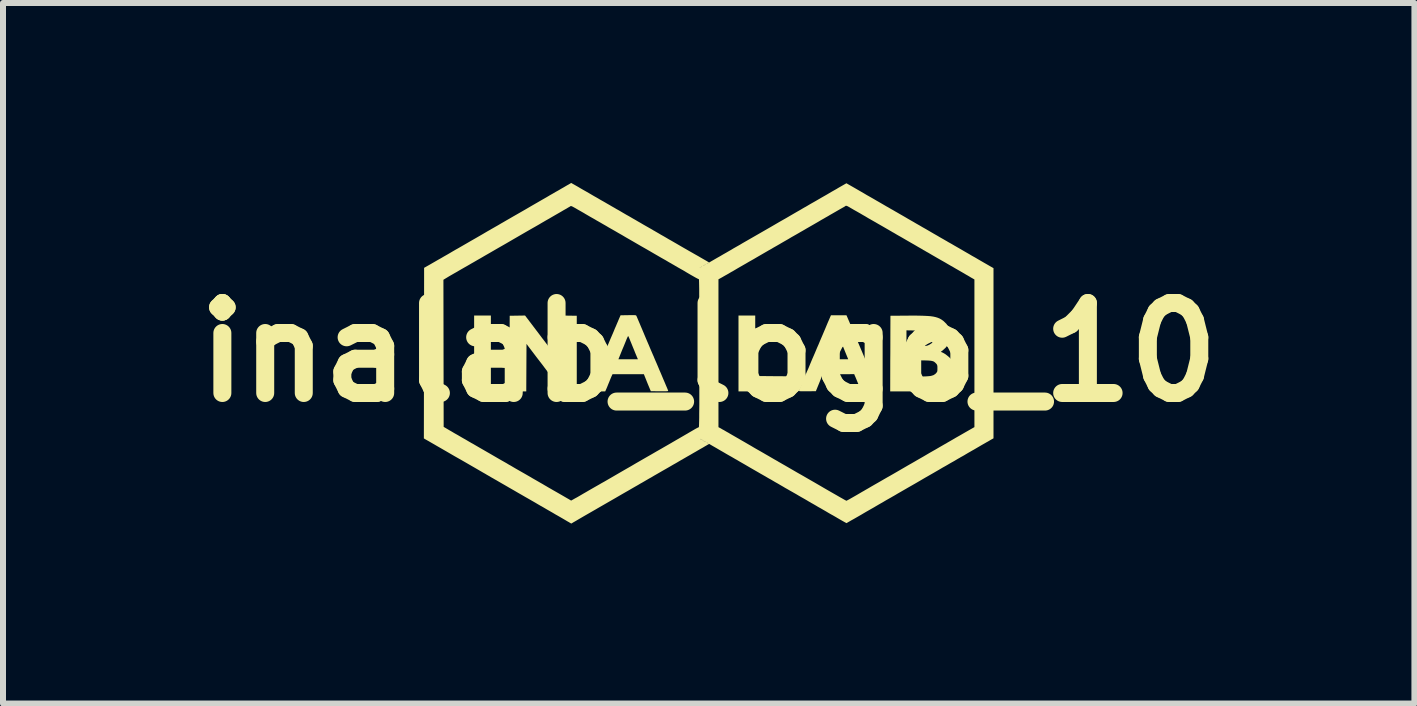
<source format=kicad_pcb>
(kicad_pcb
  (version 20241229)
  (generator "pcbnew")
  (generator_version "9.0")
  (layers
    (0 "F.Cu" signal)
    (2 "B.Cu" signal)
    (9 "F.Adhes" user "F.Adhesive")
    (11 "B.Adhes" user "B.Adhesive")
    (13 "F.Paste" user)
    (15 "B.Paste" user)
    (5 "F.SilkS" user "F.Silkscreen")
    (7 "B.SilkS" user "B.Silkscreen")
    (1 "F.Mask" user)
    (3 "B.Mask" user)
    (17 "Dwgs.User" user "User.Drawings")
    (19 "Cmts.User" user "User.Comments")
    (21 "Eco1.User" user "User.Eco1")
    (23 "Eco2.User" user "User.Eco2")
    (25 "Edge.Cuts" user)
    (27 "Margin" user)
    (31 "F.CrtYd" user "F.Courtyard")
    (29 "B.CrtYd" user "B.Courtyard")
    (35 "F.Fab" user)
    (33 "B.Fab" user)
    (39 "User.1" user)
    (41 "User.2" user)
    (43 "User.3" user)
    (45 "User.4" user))
  (footprint "inalab_logo_10"
    (layer "F.Cu")
    (at 8.764 2.823)
    (property "Reference" "inalab_logo_10" (at 0 0 0) (layer "F.SilkS") (effects (font (size 1.5 1.5) (thickness 0.3))))
    (attr board_only exclude_from_pos_files exclude_from_bom)
    (fp_poly (pts (xy -3.631 0.019) (xy -3.631 0.652) (xy -3.77 0.652) (xy -3.91 0.652) (xy -3.91 0.019) (xy -3.91 -0.613) (xy -3.77 -0.613) (xy -3.631 -0.613)) (stroke (width 0) (type solid)) (fill yes) (layer "F.SilkS"))
    (fp_poly (pts (xy 0.776 -0.109) (xy 0.776 0.395) (xy 1.088 0.398) (xy 1.4 0.4) (xy 1.4 0.524) (xy 1.4 0.648) (xy 0.948 0.65) (xy 0.497 0.652) (xy 0.497 0.019) (xy 0.497 -0.613) (xy 0.636 -0.613) (xy 0.776 -0.613)) (stroke (width 0) (type solid)) (fill yes) (layer "F.SilkS"))
    (fp_poly (pts (xy -2.337 -0.611) (xy -2.199 -0.609) (xy -2.199 0.019) (xy -2.199 0.648) (xy -2.317 0.65) (xy -2.435 0.652) (xy -2.501 0.565) (xy -2.567 0.478) (xy -2.639 0.384) (xy -2.712 0.288) (xy -2.782 0.195) (xy -2.843 0.116) (xy -2.876 0.073) (xy -2.91 0.028) (xy -2.942 -0.014) (xy -2.969 -0.05) (xy -2.986 -0.072) (xy -3.037 -0.14) (xy -3.039 0.256) (xy -3.041 0.652) (xy -3.177 0.652) (xy -3.23 0.651) (xy -3.269 0.65) (xy -3.295 0.649) (xy -3.311 0.646) (xy -3.317 0.642) (xy -3.317 0.642) (xy -3.317 0.633) (xy -3.318 0.609) (xy -3.318 0.573) (xy -3.319 0.524) (xy -3.319 0.465) (xy -3.319 0.396) (xy -3.319 0.319) (xy -3.319 0.234) (xy -3.319 0.144) (xy -3.319 0.048) (xy -3.319 0.012) (xy -3.317 -0.609) (xy -3.189 -0.611) (xy -3.061 -0.613) (xy -2.828 -0.306) (xy -2.78 -0.242) (xy -2.732 -0.18) (xy -2.687 -0.12) (xy -2.645 -0.065) (xy -2.607 -0.016) (xy -2.576 0.026) (xy -2.551 0.058) (xy -2.535 0.079) (xy -2.475 0.157) (xy -2.475 -0.228) (xy -2.475 -0.613)) (stroke (width 0) (type solid)) (fill yes) (layer "F.SilkS"))
    (fp_poly (pts (xy 2.316 -0.574) (xy 2.323 -0.557) (xy 2.336 -0.527) (xy 2.353 -0.487) (xy 2.373 -0.439) (xy 2.397 -0.385) (xy 2.422 -0.327) (xy 2.44 -0.283) (xy 2.477 -0.196) (xy 2.509 -0.121) (xy 2.536 -0.057) (xy 2.56 -0.001) (xy 2.581 0.049) (xy 2.6 0.094) (xy 2.619 0.137) (xy 2.637 0.18) (xy 2.656 0.225) (xy 2.677 0.273) (xy 2.699 0.326) (xy 2.726 0.388) (xy 2.727 0.39) (xy 2.751 0.448) (xy 2.774 0.502) (xy 2.794 0.549) (xy 2.81 0.589) (xy 2.822 0.619) (xy 2.83 0.638) (xy 2.832 0.644) (xy 2.824 0.647) (xy 2.802 0.649) (xy 2.765 0.65) (xy 2.715 0.65) (xy 2.687 0.65) (xy 2.543 0.648) (xy 2.497 0.535) (xy 2.48 0.494) (xy 2.464 0.455) (xy 2.451 0.423) (xy 2.441 0.4) (xy 2.438 0.394) (xy 2.426 0.364) (xy 2.162 0.366) (xy 1.898 0.369) (xy 1.888 0.396) (xy 1.882 0.412) (xy 1.871 0.44) (xy 1.857 0.476) (xy 1.841 0.516) (xy 1.833 0.535) (xy 1.787 0.648) (xy 1.646 0.65) (xy 1.593 0.65) (xy 1.554 0.65) (xy 1.527 0.649) (xy 1.512 0.647) (xy 1.505 0.644) (xy 1.505 0.643) (xy 1.508 0.633) (xy 1.516 0.612) (xy 1.529 0.581) (xy 1.544 0.543) (xy 1.562 0.499) (xy 1.582 0.453) (xy 1.601 0.407) (xy 1.621 0.362) (xy 1.638 0.321) (xy 1.65 0.295) (xy 1.663 0.266) (xy 1.674 0.239) (xy 1.68 0.225) (xy 1.683 0.216) (xy 1.688 0.205) (xy 1.693 0.192) (xy 1.701 0.174) (xy 1.711 0.149) (xy 1.725 0.117) (xy 1.725 0.116) (xy 2.002 0.116) (xy 2.164 0.116) (xy 2.326 0.116) (xy 2.276 -0.006) (xy 2.257 -0.053) (xy 2.237 -0.102) (xy 2.218 -0.148) (xy 2.203 -0.186) (xy 2.197 -0.2) (xy 2.185 -0.23) (xy 2.174 -0.254) (xy 2.167 -0.269) (xy 2.164 -0.272) (xy 2.16 -0.264) (xy 2.15 -0.243) (xy 2.135 -0.209) (xy 2.115 -0.162) (xy 2.091 -0.102) (xy 2.061 -0.03) (xy 2.028 0.052) (xy 2.017 0.08) (xy 2.002 0.116) (xy 1.725 0.116) (xy 1.743 0.075) (xy 1.766 0.022) (xy 1.79 -0.035) (xy 1.808 -0.078) (xy 1.831 -0.13) (xy 1.855 -0.188) (xy 1.88 -0.246) (xy 1.901 -0.295) (xy 1.923 -0.347) (xy 1.946 -0.401) (xy 1.967 -0.452) (xy 1.986 -0.497) (xy 2.001 -0.531) (xy 2.001 -0.531) (xy 2.038 -0.617) (xy 2.167 -0.617) (xy 2.297 -0.617)) (stroke (width 0) (type solid)) (fill yes) (layer "F.SilkS"))
    (fp_poly (pts (xy 3.499 -0.611) (xy 3.576 -0.609) (xy 3.642 -0.606) (xy 3.698 -0.602) (xy 3.746 -0.595) (xy 3.786 -0.586) (xy 3.821 -0.575) (xy 3.852 -0.562) (xy 3.88 -0.546) (xy 3.907 -0.527) (xy 3.916 -0.52) (xy 3.964 -0.473) (xy 3.998 -0.418) (xy 4.018 -0.357) (xy 4.025 -0.288) (xy 4.024 -0.255) (xy 4.014 -0.19) (xy 3.992 -0.133) (xy 3.956 -0.083) (xy 3.909 -0.039) (xy 3.87 -0.008) (xy 3.915 0.013) (xy 3.944 0.03) (xy 3.978 0.056) (xy 4.011 0.084) (xy 4.012 0.085) (xy 4.038 0.111) (xy 4.055 0.131) (xy 4.067 0.152) (xy 4.076 0.176) (xy 4.081 0.193) (xy 4.09 0.227) (xy 4.095 0.259) (xy 4.096 0.295) (xy 4.095 0.321) (xy 4.085 0.392) (xy 4.064 0.454) (xy 4.029 0.507) (xy 3.982 0.553) (xy 3.921 0.591) (xy 3.879 0.609) (xy 3.852 0.619) (xy 3.824 0.627) (xy 3.792 0.634) (xy 3.755 0.639) (xy 3.712 0.643) (xy 3.662 0.647) (xy 3.601 0.649) (xy 3.53 0.65) (xy 3.446 0.651) (xy 3.349 0.652) (xy 3.346 0.652) (xy 3.026 0.652) (xy 3.027 0.131) (xy 3.297 0.131) (xy 3.297 0.267) (xy 3.297 0.403) (xy 3.481 0.403) (xy 3.554 0.403) (xy 3.612 0.402) (xy 3.657 0.399) (xy 3.691 0.396) (xy 3.711 0.392) (xy 3.747 0.381) (xy 3.775 0.363) (xy 3.785 0.354) (xy 3.799 0.338) (xy 3.808 0.325) (xy 3.812 0.309) (xy 3.813 0.286) (xy 3.813 0.268) (xy 3.813 0.238) (xy 3.81 0.218) (xy 3.804 0.203) (xy 3.794 0.19) (xy 3.79 0.186) (xy 3.776 0.172) (xy 3.763 0.161) (xy 3.748 0.152) (xy 3.729 0.146) (xy 3.705 0.141) (xy 3.674 0.138) (xy 3.633 0.136) (xy 3.58 0.135) (xy 3.515 0.134) (xy 3.505 0.133) (xy 3.297 0.131) (xy 3.027 0.131) (xy 3.028 0.021) (xy 3.029 -0.366) (xy 3.297 -0.366) (xy 3.297 -0.233) (xy 3.297 -0.099) (xy 3.466 -0.102) (xy 3.521 -0.103) (xy 3.564 -0.104) (xy 3.595 -0.105) (xy 3.619 -0.107) (xy 3.637 -0.11) (xy 3.651 -0.114) (xy 3.665 -0.12) (xy 3.678 -0.126) (xy 3.713 -0.148) (xy 3.735 -0.175) (xy 3.745 -0.21) (xy 3.747 -0.238) (xy 3.741 -0.28) (xy 3.722 -0.313) (xy 3.69 -0.338) (xy 3.679 -0.344) (xy 3.666 -0.349) (xy 3.652 -0.354) (xy 3.635 -0.357) (xy 3.613 -0.359) (xy 3.583 -0.361) (xy 3.543 -0.362) (xy 3.491 -0.363) (xy 3.47 -0.363) (xy 3.297 -0.366) (xy 3.029 -0.366) (xy 3.03 -0.609) (xy 3.305 -0.611) (xy 3.409 -0.612)) (stroke (width 0) (type solid)) (fill yes) (layer "F.SilkS"))
    (fp_poly (pts (xy -1.234 -0.619) (xy -1.219 -0.618) (xy -1.211 -0.614) (xy -1.206 -0.61) (xy -1.203 -0.603) (xy -1.203 -0.603) (xy -1.197 -0.59) (xy -1.187 -0.566) (xy -1.173 -0.533) (xy -1.157 -0.495) (xy -1.149 -0.477) (xy -1.133 -0.438) (xy -1.112 -0.389) (xy -1.088 -0.332) (xy -1.063 -0.272) (xy -1.038 -0.213) (xy -1.025 -0.182) (xy -1.002 -0.129) (xy -0.981 -0.079) (xy -0.962 -0.034) (xy -0.945 0.005) (xy -0.933 0.033) (xy -0.927 0.047) (xy -0.919 0.064) (xy -0.907 0.094) (xy -0.89 0.134) (xy -0.869 0.182) (xy -0.846 0.236) (xy -0.822 0.294) (xy -0.806 0.33) (xy -0.781 0.389) (xy -0.758 0.444) (xy -0.736 0.495) (xy -0.718 0.538) (xy -0.703 0.573) (xy -0.693 0.596) (xy -0.69 0.604) (xy -0.681 0.626) (xy -0.676 0.641) (xy -0.675 0.645) (xy -0.682 0.647) (xy -0.703 0.649) (xy -0.735 0.65) (xy -0.775 0.65) (xy -0.82 0.65) (xy -0.965 0.648) (xy -1.015 0.528) (xy -1.032 0.486) (xy -1.047 0.448) (xy -1.06 0.416) (xy -1.069 0.394) (xy -1.072 0.386) (xy -1.08 0.365) (xy -1.342 0.365) (xy -1.603 0.365) (xy -1.613 0.386) (xy -1.62 0.401) (xy -1.631 0.427) (xy -1.645 0.461) (xy -1.66 0.499) (xy -1.664 0.508) (xy -1.68 0.547) (xy -1.694 0.582) (xy -1.706 0.61) (xy -1.714 0.628) (xy -1.715 0.63) (xy -1.725 0.652) (xy -1.867 0.652) (xy -2.01 0.652) (xy -1.999 0.626) (xy -1.992 0.611) (xy -1.981 0.584) (xy -1.966 0.549) (xy -1.949 0.509) (xy -1.94 0.489) (xy -1.923 0.447) (xy -1.906 0.407) (xy -1.891 0.373) (xy -1.881 0.349) (xy -1.878 0.341) (xy -1.867 0.316) (xy -1.853 0.284) (xy -1.84 0.252) (xy -1.831 0.232) (xy -1.817 0.2) (xy -1.799 0.157) (xy -1.782 0.116) (xy -1.505 0.116) (xy -1.343 0.116) (xy -1.18 0.116) (xy -1.223 0.014) (xy -1.242 -0.034) (xy -1.264 -0.087) (xy -1.285 -0.139) (xy -1.302 -0.18) (xy -1.316 -0.215) (xy -1.328 -0.243) (xy -1.337 -0.263) (xy -1.343 -0.271) (xy -1.343 -0.271) (xy -1.347 -0.265) (xy -1.356 -0.247) (xy -1.368 -0.22) (xy -1.379 -0.192) (xy -1.397 -0.148) (xy -1.417 -0.099) (xy -1.437 -0.052) (xy -1.444 -0.035) (xy -1.459 0.002) (xy -1.473 0.037) (xy -1.485 0.067) (xy -1.49 0.08) (xy -1.505 0.116) (xy -1.782 0.116) (xy -1.777 0.106) (xy -1.752 0.047) (xy -1.725 -0.017) (xy -1.696 -0.084) (xy -1.667 -0.153) (xy -1.638 -0.222) (xy -1.609 -0.289) (xy -1.582 -0.352) (xy -1.566 -0.392) (xy -1.547 -0.435) (xy -1.528 -0.48) (xy -1.51 -0.522) (xy -1.498 -0.551) (xy -1.469 -0.617) (xy -1.34 -0.619) (xy -1.292 -0.62) (xy -1.258 -0.62)) (stroke (width 0) (type solid)) (fill yes) (layer "F.SilkS"))
    (fp_poly (pts (xy -2.207 -2.775) (xy -2.174 -2.756) (xy -2.132 -2.731) (xy -2.083 -2.703) (xy -2.03 -2.673) (xy -1.978 -2.643) (xy -1.963 -2.634) (xy -1.91 -2.603) (xy -1.855 -2.572) (xy -1.801 -2.54) (xy -1.751 -2.512) (xy -1.711 -2.489) (xy -1.703 -2.484) (xy -1.659 -2.459) (xy -1.613 -2.432) (xy -1.569 -2.407) (xy -1.532 -2.385) (xy -1.528 -2.383) (xy -1.492 -2.363) (xy -1.448 -2.337) (xy -1.402 -2.31) (xy -1.359 -2.285) (xy -1.358 -2.285) (xy -1.314 -2.26) (xy -1.268 -2.233) (xy -1.224 -2.208) (xy -1.188 -2.187) (xy -1.187 -2.186) (xy -1.136 -2.157) (xy -1.085 -2.127) (xy -1.036 -2.099) (xy -0.992 -2.074) (xy -0.955 -2.053) (xy -0.929 -2.038) (xy -0.927 -2.036) (xy -0.907 -2.025) (xy -0.878 -2.008) (xy -0.845 -1.989) (xy -0.826 -1.978) (xy -0.796 -1.96) (xy -0.755 -1.937) (xy -0.71 -1.911) (xy -0.663 -1.883) (xy -0.632 -1.866) (xy -0.582 -1.837) (xy -0.523 -1.803) (xy -0.463 -1.768) (xy -0.406 -1.735) (xy -0.376 -1.718) (xy -0.326 -1.689) (xy -0.271 -1.658) (xy -0.217 -1.627) (xy -0.167 -1.599) (xy -0.14 -1.583) (xy -0.102 -1.561) (xy -0.067 -1.541) (xy -0.039 -1.525) (xy -0.019 -1.513) (xy -0.014 -1.51) (xy 0.006 -1.496) (xy 0.137 -1.572) (xy 0.187 -1.6) (xy 0.241 -1.632) (xy 0.294 -1.662) (xy 0.342 -1.69) (xy 0.369 -1.705) (xy 0.415 -1.733) (xy 0.468 -1.763) (xy 0.521 -1.793) (xy 0.566 -1.82) (xy 0.735 -1.917) (xy 0.895 -2.009) (xy 1.046 -2.096) (xy 1.185 -2.177) (xy 1.296 -2.24) (xy 1.354 -2.274) (xy 1.414 -2.309) (xy 1.471 -2.342) (xy 1.524 -2.372) (xy 1.569 -2.399) (xy 1.604 -2.419) (xy 1.614 -2.424) (xy 1.697 -2.473) (xy 1.787 -2.524) (xy 1.878 -2.577) (xy 1.969 -2.629) (xy 2.054 -2.679) (xy 2.132 -2.723) (xy 2.158 -2.739) (xy 2.296 -2.818) (xy 2.434 -2.739) (xy 2.484 -2.71) (xy 2.536 -2.68) (xy 2.588 -2.65) (xy 2.633 -2.623) (xy 2.665 -2.605) (xy 2.7 -2.585) (xy 2.746 -2.559) (xy 2.797 -2.529) (xy 2.851 -2.498) (xy 2.903 -2.468) (xy 2.915 -2.461) (xy 2.961 -2.434) (xy 3.004 -2.41) (xy 3.041 -2.388) (xy 3.07 -2.372) (xy 3.089 -2.361) (xy 3.094 -2.358) (xy 3.109 -2.349) (xy 3.134 -2.335) (xy 3.165 -2.317) (xy 3.196 -2.299) (xy 3.238 -2.275) (xy 3.283 -2.249) (xy 3.325 -2.224) (xy 3.348 -2.211) (xy 3.381 -2.192) (xy 3.413 -2.174) (xy 3.438 -2.159) (xy 3.448 -2.153) (xy 3.476 -2.137) (xy 3.515 -2.115) (xy 3.564 -2.086) (xy 3.621 -2.054) (xy 3.684 -2.017) (xy 3.751 -1.978) (xy 3.821 -1.938) (xy 3.844 -1.924) (xy 3.877 -1.905) (xy 3.909 -1.887) (xy 3.935 -1.872) (xy 3.945 -1.866) (xy 3.965 -1.855) (xy 3.993 -1.838) (xy 4.027 -1.819) (xy 4.054 -1.804) (xy 4.098 -1.778) (xy 4.152 -1.747) (xy 4.213 -1.712) (xy 4.276 -1.675) (xy 4.339 -1.639) (xy 4.379 -1.615) (xy 4.409 -1.598) (xy 4.438 -1.582) (xy 4.457 -1.571) (xy 4.477 -1.559) (xy 4.506 -1.542) (xy 4.539 -1.523) (xy 4.558 -1.512) (xy 4.596 -1.49) (xy 4.638 -1.466) (xy 4.676 -1.444) (xy 4.688 -1.437) (xy 4.748 -1.403) (xy 4.748 0.015) (xy 4.748 1.434) (xy 4.703 1.459) (xy 4.678 1.474) (xy 4.656 1.487) (xy 4.643 1.494) (xy 4.63 1.501) (xy 4.608 1.514) (xy 4.578 1.531) (xy 4.55 1.547) (xy 4.509 1.571) (xy 4.461 1.599) (xy 4.415 1.626) (xy 4.391 1.639) (xy 4.357 1.659) (xy 4.325 1.677) (xy 4.3 1.692) (xy 4.286 1.7) (xy 4.265 1.713) (xy 4.239 1.728) (xy 4.228 1.734) (xy 4.202 1.748) (xy 4.178 1.763) (xy 4.17 1.767) (xy 4.154 1.776) (xy 4.129 1.791) (xy 4.097 1.81) (xy 4.062 1.83) (xy 4.061 1.83) (xy 4.019 1.854) (xy 3.973 1.881) (xy 3.929 1.906) (xy 3.902 1.921) (xy 3.868 1.941) (xy 3.836 1.96) (xy 3.81 1.975) (xy 3.798 1.982) (xy 3.782 1.991) (xy 3.755 2.007) (xy 3.72 2.027) (xy 3.678 2.051) (xy 3.633 2.077) (xy 3.615 2.087) (xy 3.528 2.138) (xy 3.454 2.181) (xy 3.393 2.216) (xy 3.344 2.244) (xy 3.309 2.264) (xy 3.299 2.27) (xy 3.273 2.285) (xy 3.238 2.305) (xy 3.195 2.33) (xy 3.148 2.357) (xy 3.101 2.385) (xy 3.055 2.411) (xy 3.047 2.416) (xy 3.008 2.438) (xy 2.962 2.464) (xy 2.918 2.49) (xy 2.898 2.502) (xy 2.864 2.521) (xy 2.833 2.539) (xy 2.809 2.553) (xy 2.797 2.56) (xy 2.78 2.57) (xy 2.755 2.585) (xy 2.723 2.603) (xy 2.7 2.616) (xy 2.66 2.639) (xy 2.613 2.666) (xy 2.569 2.692) (xy 2.549 2.704) (xy 2.509 2.727) (xy 2.462 2.754) (xy 2.415 2.781) (xy 2.384 2.798) (xy 2.297 2.848) (xy 2.232 2.812) (xy 2.201 2.794) (xy 2.173 2.778) (xy 2.151 2.765) (xy 2.145 2.762) (xy 2.129 2.752) (xy 2.103 2.737) (xy 2.072 2.719) (xy 2.046 2.705) (xy 2.004 2.681) (xy 1.957 2.653) (xy 1.912 2.627) (xy 1.895 2.617) (xy 1.862 2.598) (xy 1.831 2.581) (xy 1.807 2.567) (xy 1.796 2.56) (xy 1.777 2.549) (xy 1.751 2.534) (xy 1.723 2.518) (xy 1.722 2.518) (xy 1.694 2.501) (xy 1.667 2.486) (xy 1.649 2.475) (xy 1.649 2.475) (xy 1.632 2.465) (xy 1.606 2.45) (xy 1.575 2.432) (xy 1.55 2.418) (xy 1.508 2.394) (xy 1.461 2.366) (xy 1.415 2.34) (xy 1.398 2.33) (xy 1.364 2.311) (xy 1.331 2.292) (xy 1.305 2.277) (xy 1.292 2.27) (xy 1.271 2.258) (xy 1.243 2.241) (xy 1.21 2.222) (xy 1.191 2.211) (xy 1.154 2.189) (xy 1.109 2.164) (xy 1.065 2.138) (xy 1.04 2.123) (xy 1.005 2.104) (xy 0.974 2.086) (xy 0.949 2.071) (xy 0.935 2.063) (xy 0.919 2.054) (xy 0.893 2.039) (xy 0.861 2.021) (xy 0.834 2.005) (xy 0.761 1.963) (xy 0.7 1.928) (xy 0.647 1.897) (xy 0.601 1.87) (xy 0.559 1.846) (xy 0.547 1.839) (xy 0.514 1.82) (xy 0.482 1.801) (xy 0.456 1.786) (xy 0.446 1.781) (xy 0.421 1.766) (xy 0.385 1.745) (xy 0.34 1.72) (xy 0.29 1.691) (xy 0.237 1.66) (xy 0.183 1.629) (xy 0.132 1.599) (xy 0.085 1.572) (xy 0.064 1.56) (xy 0.008 1.527) (xy -0.021 1.544) (xy -0.037 1.553) (xy -0.063 1.568) (xy -0.098 1.589) (xy -0.139 1.612) (xy -0.184 1.638) (xy -0.206 1.651) (xy -0.255 1.679) (xy -0.306 1.709) (xy -0.354 1.736) (xy -0.395 1.76) (xy -0.428 1.779) (xy -0.434 1.783) (xy -0.458 1.796) (xy -0.484 1.811) (xy -0.514 1.829) (xy -0.55 1.85) (xy -0.593 1.874) (xy -0.644 1.904) (xy -0.705 1.939) (xy -0.777 1.98) (xy -0.834 2.013) (xy -0.867 2.032) (xy -0.909 2.056) (xy -0.954 2.083) (xy -0.999 2.108) (xy -1.009 2.114) (xy -1.052 2.139) (xy -1.098 2.166) (xy -1.141 2.19) (xy -1.176 2.211) (xy -1.183 2.215) (xy -1.213 2.232) (xy -1.253 2.255) (xy -1.298 2.281) (xy -1.346 2.309) (xy -1.385 2.331) (xy -1.418 2.35) (xy -1.463 2.376) (xy -1.518 2.408) (xy -1.58 2.444) (xy -1.648 2.483) (xy -1.719 2.524) (xy -1.792 2.566) (xy -1.865 2.608) (xy -1.866 2.609) (xy -1.934 2.648) (xy -2 2.686) (xy -2.061 2.721) (xy -2.116 2.753) (xy -2.164 2.781) (xy -2.203 2.804) (xy -2.232 2.821) (xy -2.25 2.831) (xy -2.252 2.832) (xy -2.273 2.845) (xy -2.287 2.853) (xy -2.291 2.855) (xy -2.298 2.851) (xy -2.315 2.841) (xy -2.338 2.827) (xy -2.343 2.825) (xy -2.365 2.812) (xy -2.397 2.793) (xy -2.438 2.769) (xy -2.483 2.743) (xy -2.53 2.716) (xy -2.545 2.708) (xy -2.597 2.677) (xy -2.651 2.646) (xy -2.705 2.615) (xy -2.754 2.586) (xy -2.794 2.563) (xy -2.797 2.562) (xy -2.847 2.533) (xy -2.894 2.505) (xy -2.943 2.477) (xy -2.995 2.447) (xy -3.053 2.414) (xy -3.122 2.374) (xy -3.138 2.365) (xy -3.185 2.338) (xy -3.238 2.307) (xy -3.292 2.276) (xy -3.341 2.248) (xy -3.344 2.246) (xy -3.408 2.209) (xy -3.462 2.178) (xy -3.505 2.153) (xy -3.539 2.133) (xy -3.568 2.117) (xy -3.573 2.114) (xy -3.593 2.102) (xy -3.622 2.086) (xy -3.655 2.066) (xy -3.673 2.056) (xy -3.696 2.043) (xy -3.724 2.026) (xy -3.758 2.007) (xy -3.799 1.983) (xy -3.847 1.955) (xy -3.904 1.922) (xy -3.97 1.884) (xy -4.046 1.84) (xy -4.133 1.79) (xy -4.232 1.734) (xy -4.342 1.67) (xy -4.399 1.637) (xy -4.463 1.6) (xy -4.524 1.565) (xy -4.579 1.533) (xy -4.628 1.505) (xy -4.669 1.481) (xy -4.701 1.463) (xy -4.722 1.451) (xy -4.731 1.446) (xy -4.748 1.435) (xy -4.746 0.014) (xy -4.744 -1.209) (xy -4.422 -1.209) (xy -4.42 0.017) (xy -4.418 1.243) (xy -4.325 1.298) (xy -4.283 1.322) (xy -4.238 1.349) (xy -4.195 1.373) (xy -4.162 1.392) (xy -4.135 1.408) (xy -4.097 1.43) (xy -4.051 1.456) (xy -4.002 1.485) (xy -3.952 1.514) (xy -3.933 1.524) (xy -3.878 1.556) (xy -3.818 1.591) (xy -3.757 1.626) (xy -3.7 1.659) (xy -3.651 1.687) (xy -3.646 1.69) (xy -3.572 1.733) (xy -3.51 1.769) (xy -3.456 1.8) (xy -3.41 1.826) (xy -3.368 1.85) (xy -3.33 1.873) (xy -3.299 1.89) (xy -3.262 1.912) (xy -3.218 1.938) (xy -3.171 1.965) (xy -3.127 1.99) (xy -3.127 1.99) (xy -3.083 2.015) (xy -3.036 2.042) (xy -2.991 2.068) (xy -2.954 2.089) (xy -2.954 2.09) (xy -2.912 2.114) (xy -2.865 2.141) (xy -2.82 2.167) (xy -2.803 2.177) (xy -2.769 2.196) (xy -2.739 2.214) (xy -2.715 2.228) (xy -2.704 2.234) (xy -2.688 2.244) (xy -2.662 2.259) (xy -2.63 2.277) (xy -2.603 2.293) (xy -2.531 2.334) (xy -2.449 2.381) (xy -2.363 2.431) (xy -2.335 2.447) (xy -2.293 2.472) (xy -2.25 2.448) (xy -2.229 2.436) (xy -2.197 2.419) (xy -2.159 2.397) (xy -2.118 2.373) (xy -2.091 2.357) (xy -2.042 2.329) (xy -1.989 2.298) (xy -1.935 2.267) (xy -1.888 2.24) (xy -1.874 2.232) (xy -1.835 2.21) (xy -1.787 2.182) (xy -1.733 2.152) (xy -1.678 2.12) (xy -1.626 2.09) (xy -1.621 2.087) (xy -1.504 2.019) (xy -1.397 1.957) (xy -1.299 1.901) (xy -1.209 1.848) (xy -1.122 1.798) (xy -1.039 1.75) (xy -0.955 1.702) (xy -0.869 1.652) (xy -0.795 1.61) (xy -0.74 1.578) (xy -0.684 1.546) (xy -0.634 1.517) (xy -0.016 1.517) (xy -0.012 1.521) (xy -0.008 1.517) (xy -0.012 1.513) (xy -0.016 1.517) (xy -0.634 1.517) (xy -0.63 1.515) (xy -0.62 1.509) (xy -0.031 1.509) (xy -0.027 1.513) (xy -0.023 1.509) (xy -0.027 1.505) (xy -0.031 1.509) (xy -0.62 1.509) (xy -0.593 1.493) (xy -0.054 1.493) (xy -0.05 1.497) (xy -0.047 1.493) (xy -0.05 1.49) (xy -0.054 1.493) (xy -0.593 1.493) (xy -0.581 1.486) (xy -0.58 1.486) (xy -0.07 1.486) (xy -0.066 1.49) (xy -0.062 1.486) (xy -0.066 1.482) (xy -0.07 1.486) (xy -0.58 1.486) (xy -0.567 1.478) (xy -0.085 1.478) (xy -0.081 1.482) (xy -0.078 1.478) (xy -0.081 1.474) (xy -0.085 1.478) (xy -0.567 1.478) (xy -0.54 1.462) (xy -0.54 1.462) (xy -0.109 1.462) (xy -0.105 1.466) (xy -0.101 1.462) (xy -0.105 1.459) (xy -0.109 1.462) (xy -0.54 1.462) (xy -0.527 1.455) (xy -0.124 1.455) (xy -0.12 1.459) (xy -0.116 1.455) (xy -0.12 1.451) (xy -0.124 1.455) (xy -0.527 1.455) (xy -0.516 1.448) (xy -0.513 1.447) (xy -0.14 1.447) (xy -0.136 1.451) (xy -0.132 1.447) (xy -0.136 1.443) (xy -0.14 1.447) (xy -0.513 1.447) (xy -0.474 1.424) (xy -0.429 1.398) (xy -0.386 1.373) (xy -0.353 1.354) (xy -0.316 1.332) (xy -0.276 1.309) (xy -0.24 1.288) (xy -0.228 1.281) (xy -0.201 1.266) (xy -0.179 1.255) (xy -0.166 1.249) (xy -0.164 1.249) (xy -0.164 1.248) (xy 0.163 1.248) (xy 0.204 1.27) (xy 0.225 1.283) (xy 0.257 1.3) (xy 0.294 1.322) (xy 0.334 1.344) (xy 0.345 1.351) (xy 0.393 1.379) (xy 0.447 1.41) (xy 0.501 1.441) (xy 0.547 1.468) (xy 0.591 1.493) (xy 0.639 1.521) (xy 0.684 1.547) (xy 0.722 1.569) (xy 0.725 1.571) (xy 0.762 1.593) (xy 0.807 1.619) (xy 0.855 1.646) (xy 0.9 1.672) (xy 0.904 1.674) (xy 0.943 1.697) (xy 0.992 1.725) (xy 1.045 1.756) (xy 1.1 1.788) (xy 1.152 1.817) (xy 1.152 1.818) (xy 1.22 1.857) (xy 1.283 1.893) (xy 1.345 1.929) (xy 1.409 1.966) (xy 1.476 2.005) (xy 1.552 2.048) (xy 1.637 2.097) (xy 1.649 2.104) (xy 1.701 2.134) (xy 1.757 2.166) (xy 1.812 2.198) (xy 1.862 2.227) (xy 1.903 2.251) (xy 1.908 2.254) (xy 1.996 2.305) (xy 2.071 2.348) (xy 2.134 2.384) (xy 2.186 2.414) (xy 2.227 2.437) (xy 2.258 2.455) (xy 2.279 2.466) (xy 2.291 2.473) (xy 2.296 2.475) (xy 2.304 2.471) (xy 2.322 2.462) (xy 2.339 2.453) (xy 2.465 2.381) (xy 2.564 2.323) (xy 2.584 2.312) (xy 2.616 2.293) (xy 2.658 2.269) (xy 2.709 2.239) (xy 2.768 2.205) (xy 2.833 2.168) (xy 2.902 2.128) (xy 2.973 2.087) (xy 3.014 2.064) (xy 3.087 2.022) (xy 3.158 1.981) (xy 3.225 1.942) (xy 3.287 1.906) (xy 3.342 1.874) (xy 3.39 1.847) (xy 3.428 1.825) (xy 3.454 1.81) (xy 3.464 1.804) (xy 3.577 1.739) (xy 3.684 1.676) (xy 3.786 1.618) (xy 3.844 1.584) (xy 3.891 1.557) (xy 3.929 1.535) (xy 3.96 1.518) (xy 3.986 1.502) (xy 4.011 1.488) (xy 4.035 1.474) (xy 4.061 1.459) (xy 4.085 1.445) (xy 4.124 1.422) (xy 4.172 1.395) (xy 4.224 1.365) (xy 4.276 1.335) (xy 4.304 1.319) (xy 4.43 1.247) (xy 4.43 0.016) (xy 4.43 -1.214) (xy 4.408 -1.227) (xy 4.394 -1.235) (xy 4.369 -1.249) (xy 4.338 -1.268) (xy 4.302 -1.289) (xy 4.294 -1.293) (xy 4.259 -1.314) (xy 4.214 -1.34) (xy 4.162 -1.37) (xy 4.108 -1.401) (xy 4.056 -1.432) (xy 4.042 -1.439) (xy 3.992 -1.468) (xy 3.941 -1.498) (xy 3.893 -1.525) (xy 3.851 -1.549) (xy 3.818 -1.568) (xy 3.809 -1.573) (xy 3.768 -1.597) (xy 3.721 -1.624) (xy 3.677 -1.65) (xy 3.662 -1.659) (xy 3.629 -1.677) (xy 3.599 -1.695) (xy 3.575 -1.708) (xy 3.565 -1.715) (xy 3.549 -1.724) (xy 3.523 -1.739) (xy 3.491 -1.757) (xy 3.464 -1.773) (xy 3.423 -1.797) (xy 3.377 -1.823) (xy 3.334 -1.848) (xy 3.315 -1.859) (xy 3.275 -1.882) (xy 3.229 -1.909) (xy 3.185 -1.934) (xy 3.167 -1.944) (xy 3.134 -1.963) (xy 3.104 -1.981) (xy 3.08 -1.995) (xy 3.068 -2.001) (xy 3.052 -2.011) (xy 3.026 -2.026) (xy 2.995 -2.044) (xy 2.967 -2.06) (xy 2.926 -2.084) (xy 2.879 -2.111) (xy 2.835 -2.136) (xy 2.816 -2.147) (xy 2.782 -2.167) (xy 2.75 -2.185) (xy 2.724 -2.2) (xy 2.711 -2.207) (xy 2.691 -2.219) (xy 2.662 -2.235) (xy 2.629 -2.255) (xy 2.611 -2.266) (xy 2.572 -2.288) (xy 2.528 -2.314) (xy 2.484 -2.339) (xy 2.463 -2.351) (xy 2.427 -2.371) (xy 2.391 -2.392) (xy 2.36 -2.41) (xy 2.345 -2.419) (xy 2.316 -2.435) (xy 2.298 -2.442) (xy 2.285 -2.442) (xy 2.277 -2.437) (xy 2.266 -2.429) (xy 2.247 -2.418) (xy 2.234 -2.411) (xy 2.213 -2.399) (xy 2.183 -2.382) (xy 2.145 -2.36) (xy 2.105 -2.337) (xy 2.065 -2.314) (xy 2.03 -2.294) (xy 2.021 -2.289) (xy 2.005 -2.279) (xy 1.979 -2.264) (xy 1.947 -2.246) (xy 1.92 -2.23) (xy 1.877 -2.206) (xy 1.832 -2.179) (xy 1.782 -2.15) (xy 1.723 -2.116) (xy 1.655 -2.077) (xy 1.627 -2.061) (xy 1.595 -2.042) (xy 1.564 -2.024) (xy 1.539 -2.01) (xy 1.53 -2.005) (xy 1.505 -1.99) (xy 1.47 -1.97) (xy 1.428 -1.946) (xy 1.38 -1.919) (xy 1.332 -1.89) (xy 1.285 -1.863) (xy 1.276 -1.858) (xy 1.224 -1.828) (xy 1.173 -1.798) (xy 1.124 -1.77) (xy 1.08 -1.745) (xy 1.045 -1.724) (xy 1.02 -1.71) (xy 1 -1.699) (xy 0.971 -1.682) (xy 0.938 -1.663) (xy 0.919 -1.652) (xy 0.857 -1.616) (xy 0.8 -1.583) (xy 0.751 -1.554) (xy 0.71 -1.531) (xy 0.68 -1.514) (xy 0.671 -1.509) (xy 0.654 -1.499) (xy 0.627 -1.483) (xy 0.592 -1.463) (xy 0.552 -1.44) (xy 0.524 -1.424) (xy 0.484 -1.401) (xy 0.449 -1.38) (xy 0.42 -1.363) (xy 0.4 -1.351) (xy 0.392 -1.347) (xy 0.379 -1.34) (xy 0.357 -1.327) (xy 0.327 -1.309) (xy 0.293 -1.29) (xy 0.289 -1.288) (xy 0.254 -1.268) (xy 0.223 -1.25) (xy 0.198 -1.236) (xy 0.183 -1.228) (xy 0.182 -1.227) (xy 0.163 -1.217) (xy 0.163 0.015) (xy 0.163 1.248) (xy -0.164 1.248) (xy -0.163 1.245) (xy -0.162 1.233) (xy -0.161 1.212) (xy -0.16 1.181) (xy -0.159 1.141) (xy -0.158 1.091) (xy -0.158 1.029) (xy -0.157 0.957) (xy -0.156 0.873) (xy -0.156 0.776) (xy -0.156 0.666) (xy -0.156 0.544) (xy -0.155 0.407) (xy -0.155 0.256) (xy -0.155 0.091) (xy -0.155 0.016) (xy -0.155 -0.172) (xy -0.155 -0.345) (xy -0.156 -0.502) (xy -0.156 -0.643) (xy -0.156 -0.769) (xy -0.157 -0.879) (xy -0.158 -0.974) (xy -0.158 -1.053) (xy -0.159 -1.117) (xy -0.16 -1.165) (xy -0.161 -1.198) (xy -0.162 -1.215) (xy -0.163 -1.218) (xy -0.173 -1.222) (xy -0.193 -1.232) (xy -0.223 -1.248) (xy -0.258 -1.268) (xy -0.297 -1.29) (xy -0.338 -1.314) (xy -0.377 -1.337) (xy -0.383 -1.341) (xy -0.408 -1.356) (xy -0.427 -1.367) (xy -0.437 -1.373) (xy -0.438 -1.373) (xy -0.445 -1.377) (xy -0.463 -1.387) (xy -0.489 -1.402) (xy -0.5 -1.408) (xy -0.147 -1.408) (xy -0.144 -1.404) (xy -0.14 -1.408) (xy -0.144 -1.412) (xy -0.147 -1.408) (xy -0.5 -1.408) (xy -0.521 -1.42) (xy -0.527 -1.424) (xy -0.124 -1.424) (xy -0.12 -1.42) (xy -0.116 -1.424) (xy -0.12 -1.427) (xy -0.124 -1.424) (xy -0.527 -1.424) (xy -0.528 -1.425) (xy -0.566 -1.446) (xy -0.567 -1.447) (xy -0.085 -1.447) (xy -0.081 -1.443) (xy -0.078 -1.447) (xy -0.081 -1.451) (xy -0.085 -1.447) (xy -0.567 -1.447) (xy -0.58 -1.455) (xy -0.07 -1.455) (xy -0.066 -1.451) (xy -0.062 -1.455) (xy -0.066 -1.459) (xy -0.07 -1.455) (xy -0.58 -1.455) (xy -0.593 -1.462) (xy -0.054 -1.462) (xy -0.05 -1.459) (xy -0.047 -1.462) (xy -0.05 -1.466) (xy -0.054 -1.462) (xy -0.593 -1.462) (xy -0.612 -1.473) (xy -0.62 -1.478) (xy -0.031 -1.478) (xy -0.027 -1.474) (xy -0.023 -1.478) (xy -0.027 -1.482) (xy -0.031 -1.478) (xy -0.62 -1.478) (xy -0.634 -1.486) (xy -0.016 -1.486) (xy -0.012 -1.482) (xy -0.008 -1.486) (xy -0.012 -1.49) (xy -0.016 -1.486) (xy -0.634 -1.486) (xy -0.663 -1.502) (xy -0.713 -1.532) (xy -0.745 -1.55) (xy -0.798 -1.58) (xy -0.853 -1.612) (xy -0.912 -1.646) (xy -0.977 -1.684) (xy -1.048 -1.725) (xy -1.129 -1.771) (xy -1.22 -1.824) (xy -1.303 -1.872) (xy -1.378 -1.915) (xy -1.442 -1.953) (xy -1.5 -1.986) (xy -1.555 -2.018) (xy -1.611 -2.05) (xy -1.671 -2.084) (xy -1.699 -2.101) (xy -1.732 -2.12) (xy -1.762 -2.137) (xy -1.786 -2.151) (xy -1.796 -2.157) (xy -1.812 -2.166) (xy -1.838 -2.181) (xy -1.87 -2.199) (xy -1.893 -2.213) (xy -1.928 -2.233) (xy -1.971 -2.257) (xy -2.017 -2.284) (xy -2.062 -2.31) (xy -2.071 -2.316) (xy -2.132 -2.351) (xy -2.18 -2.378) (xy -2.217 -2.4) (xy -2.246 -2.416) (xy -2.266 -2.427) (xy -2.281 -2.434) (xy -2.291 -2.437) (xy -2.298 -2.438) (xy -2.302 -2.436) (xy -2.307 -2.434) (xy -2.308 -2.433) (xy -2.319 -2.426) (xy -2.342 -2.413) (xy -2.373 -2.394) (xy -2.411 -2.373) (xy -2.452 -2.349) (xy -2.455 -2.347) (xy -2.5 -2.321) (xy -2.542 -2.297) (xy -2.58 -2.275) (xy -2.611 -2.257) (xy -2.63 -2.246) (xy -2.655 -2.231) (xy -2.689 -2.212) (xy -2.726 -2.191) (xy -2.746 -2.179) (xy -2.781 -2.159) (xy -2.828 -2.131) (xy -2.889 -2.096) (xy -2.963 -2.054) (xy -3.05 -2.004) (xy -3.15 -1.946) (xy -3.264 -1.88) (xy -3.367 -1.82) (xy -3.433 -1.782) (xy -3.505 -1.741) (xy -3.581 -1.697) (xy -3.657 -1.653) (xy -3.732 -1.61) (xy -3.802 -1.569) (xy -3.867 -1.532) (xy -3.922 -1.5) (xy -3.961 -1.478) (xy -3.988 -1.462) (xy -4.026 -1.44) (xy -4.072 -1.414) (xy -4.121 -1.386) (xy -4.171 -1.357) (xy -4.189 -1.346) (xy -4.237 -1.319) (xy -4.282 -1.293) (xy -4.322 -1.27) (xy -4.355 -1.25) (xy -4.378 -1.236) (xy -4.385 -1.232) (xy -4.422 -1.209) (xy -4.744 -1.209) (xy -4.744 -1.408) (xy -4.647 -1.463) (xy -4.604 -1.488) (xy -4.557 -1.515) (xy -4.512 -1.541) (xy -4.475 -1.562) (xy -4.474 -1.562) (xy -4.411 -1.599) (xy -4.358 -1.629) (xy -4.315 -1.654) (xy -4.278 -1.676) (xy -4.247 -1.694) (xy -4.218 -1.711) (xy -4.189 -1.727) (xy -4.159 -1.744) (xy -4.151 -1.749) (xy -4.116 -1.769) (xy -4.071 -1.795) (xy -4.019 -1.825) (xy -3.964 -1.857) (xy -3.908 -1.889) (xy -3.875 -1.908) (xy -3.823 -1.938) (xy -3.771 -1.968) (xy -3.722 -1.997) (xy -3.679 -2.022) (xy -3.645 -2.041) (xy -3.627 -2.052) (xy -3.597 -2.069) (xy -3.557 -2.092) (xy -3.511 -2.118) (xy -3.464 -2.146) (xy -3.427 -2.167) (xy -3.374 -2.198) (xy -3.313 -2.233) (xy -3.251 -2.269) (xy -3.193 -2.302) (xy -3.167 -2.317) (xy -3.052 -2.383) (xy -2.948 -2.444) (xy -2.854 -2.498) (xy -2.771 -2.546) (xy -2.701 -2.586) (xy -2.644 -2.62) (xy -2.642 -2.621) (xy -2.598 -2.646) (xy -2.552 -2.673) (xy -2.507 -2.698) (xy -2.471 -2.719) (xy -2.467 -2.722) (xy -2.424 -2.746) (xy -2.392 -2.765) (xy -2.368 -2.779) (xy -2.349 -2.79) (xy -2.332 -2.799) (xy -2.319 -2.807) (xy -2.292 -2.823)) (stroke (width 0) (type solid)) (fill yes) (layer "F.SilkS")))
  (gr_rect
    (start -3 -3)
    (end 20.529 8.678)
    (stroke (width 0.1) (type default))
    (fill no)
    (layer "Edge.Cuts")))
</source>
